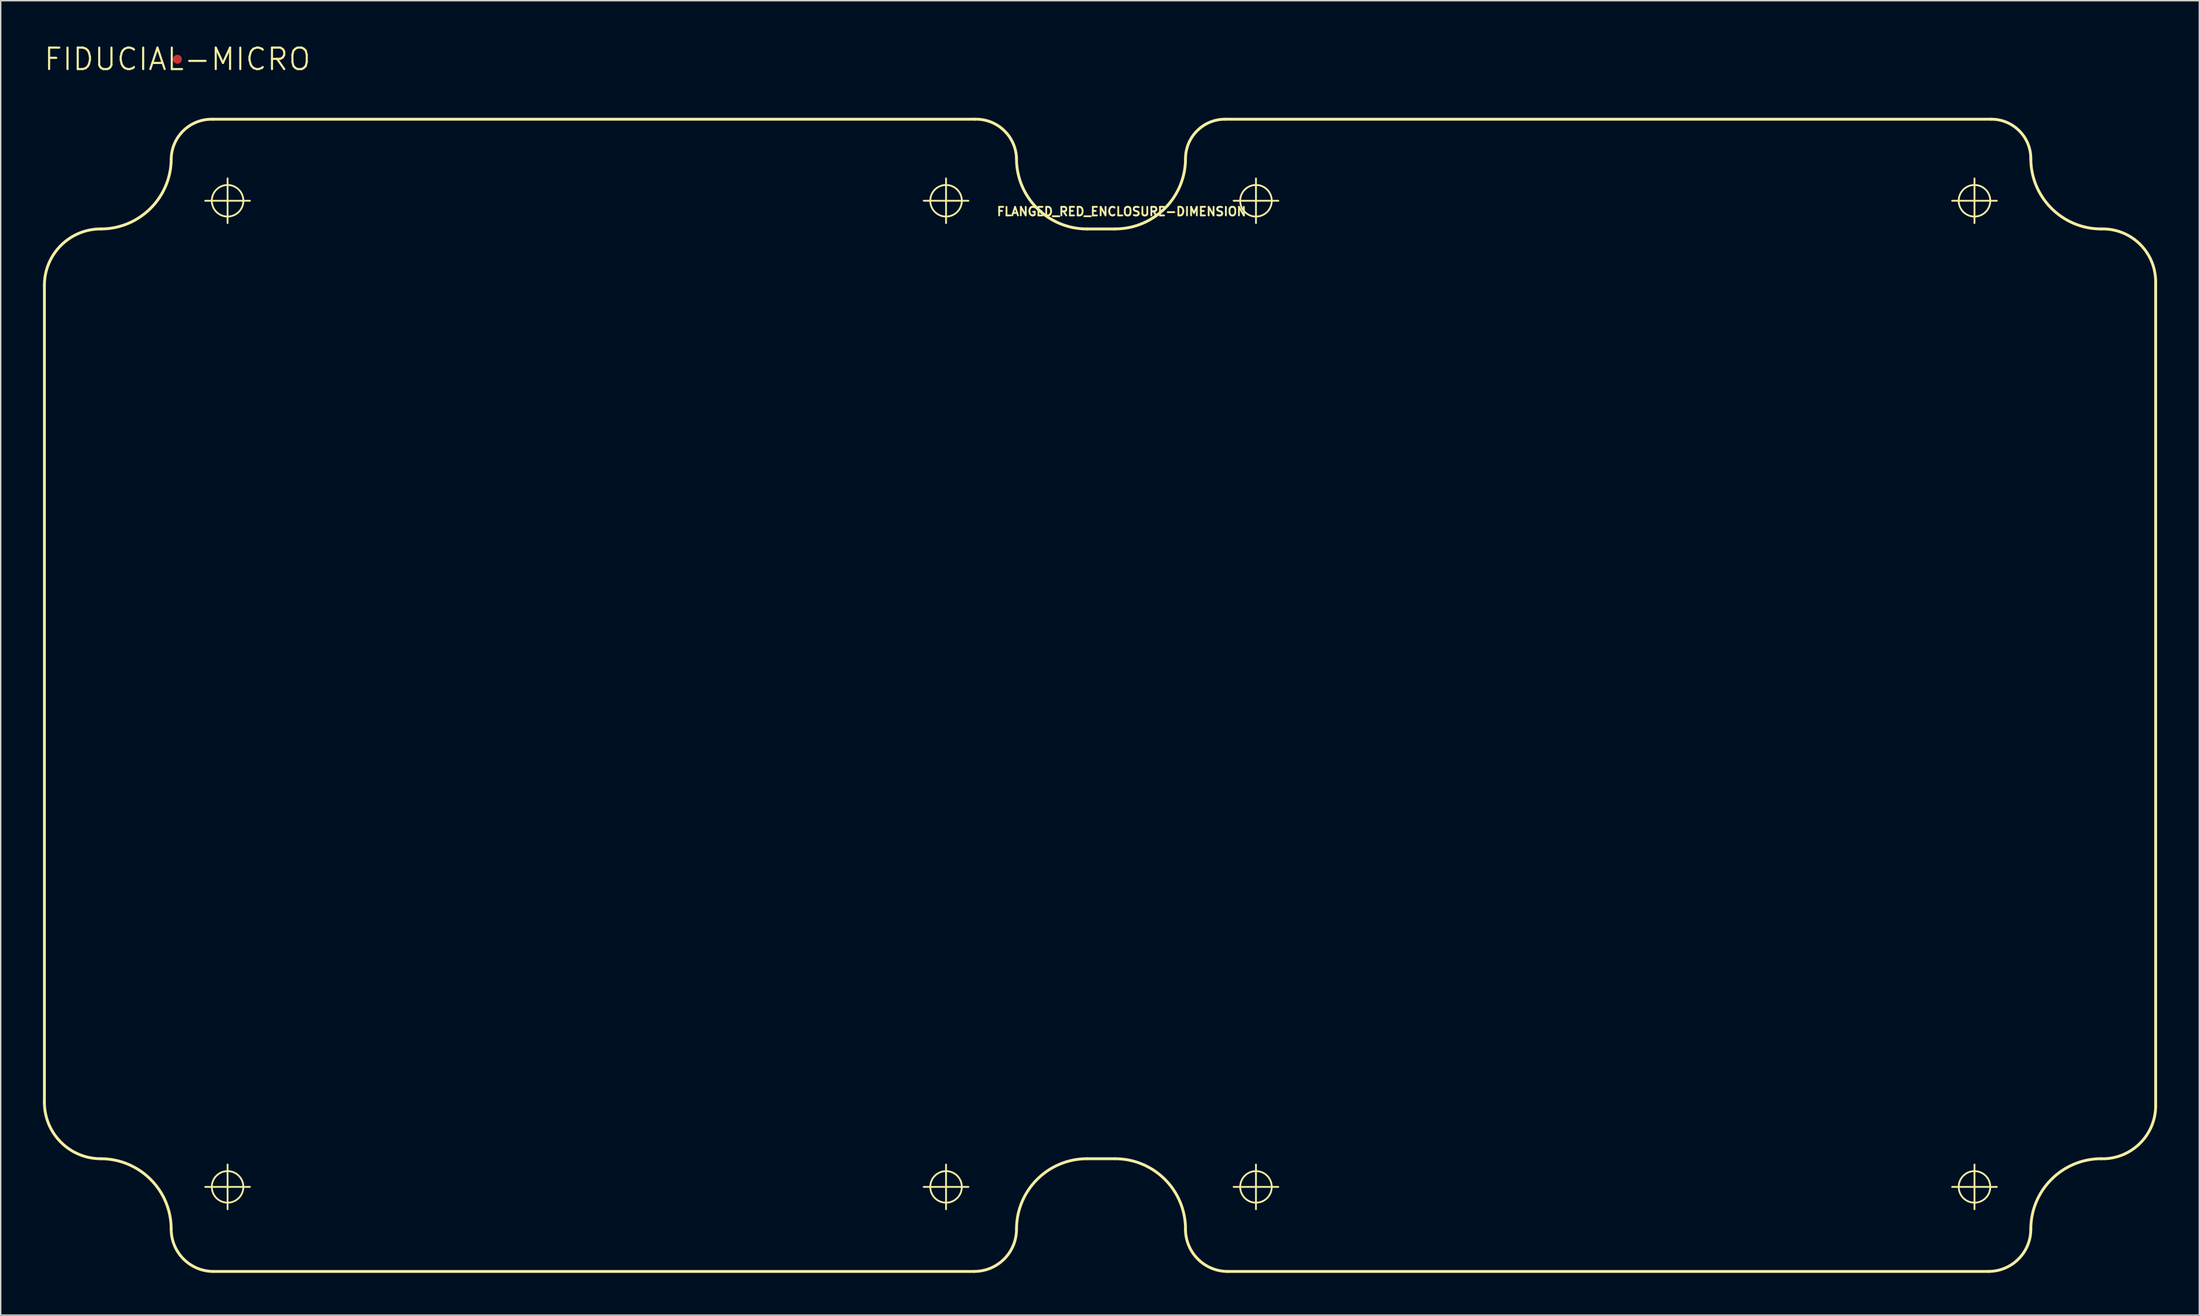
<source format=kicad_pcb>
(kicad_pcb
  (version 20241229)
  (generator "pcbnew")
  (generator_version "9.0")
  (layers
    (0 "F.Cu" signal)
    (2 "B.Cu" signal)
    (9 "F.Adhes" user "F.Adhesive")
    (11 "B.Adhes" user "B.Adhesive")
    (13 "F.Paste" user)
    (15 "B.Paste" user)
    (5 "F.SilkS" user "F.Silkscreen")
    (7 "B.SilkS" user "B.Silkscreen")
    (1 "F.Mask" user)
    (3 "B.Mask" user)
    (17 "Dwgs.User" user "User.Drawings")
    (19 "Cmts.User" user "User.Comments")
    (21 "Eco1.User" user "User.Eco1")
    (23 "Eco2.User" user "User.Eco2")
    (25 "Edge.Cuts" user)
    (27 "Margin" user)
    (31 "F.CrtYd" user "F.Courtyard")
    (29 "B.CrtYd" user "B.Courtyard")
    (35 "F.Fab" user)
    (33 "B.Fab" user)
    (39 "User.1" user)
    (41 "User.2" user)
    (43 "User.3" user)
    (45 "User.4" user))
  (footprint "FLANGED_RED_ENCLOSURE-DIMENSION"
    (layer "F.Cu")
    (at 75.032 45.29)
    (property "Reference" "FLANGED_RED_ENCLOSURE-DIMENSION" (at 1.524 -33.325 0) (layer "F.SilkS") (effects (font (size 0.61 0.61) (thickness 0.127))))
    (attr exclude_from_pos_files exclude_from_bom)
    (fp_line (start -74.93 -28.09) (end -74.93 29.909) (stroke (width 0.203) (type solid)) (layer "F.SilkS"))
    (fp_line (start -63.515 -34.089) (end -60.34 -34.089) (stroke (width 0.127) (type solid)) (layer "F.SilkS"))
    (fp_line (start -63.515 35.908) (end -60.34 35.908) (stroke (width 0.127) (type solid)) (layer "F.SilkS"))
    (fp_line (start -62.928 41.91) (end -8.928 41.91) (stroke (width 0.203) (type solid)) (layer "F.SilkS"))
    (fp_line (start -61.928 -32.502) (end -61.928 -35.677) (stroke (width 0.127) (type solid)) (layer "F.SilkS"))
    (fp_line (start -61.928 37.495) (end -61.928 34.32) (stroke (width 0.127) (type solid)) (layer "F.SilkS"))
    (fp_line (start -12.517 -34.089) (end -9.342 -34.089) (stroke (width 0.127) (type solid)) (layer "F.SilkS"))
    (fp_line (start -12.517 35.908) (end -9.342 35.908) (stroke (width 0.127) (type solid)) (layer "F.SilkS"))
    (fp_line (start -10.93 -32.502) (end -10.93 -35.677) (stroke (width 0.127) (type solid)) (layer "F.SilkS"))
    (fp_line (start -10.93 37.495) (end -10.93 34.32) (stroke (width 0.127) (type solid)) (layer "F.SilkS"))
    (fp_line (start -8.89 -39.878) (end -62.992 -39.878) (stroke (width 0.203) (type solid)) (layer "F.SilkS"))
    (fp_line (start -0.93 -32.088) (end 1.069 -32.088) (stroke (width 0.203) (type solid)) (layer "F.SilkS"))
    (fp_line (start -0.93 33.909) (end 1.069 33.909) (stroke (width 0.203) (type solid)) (layer "F.SilkS"))
    (fp_line (start 9.068 41.91) (end 63.068 41.91) (stroke (width 0.203) (type solid)) (layer "F.SilkS"))
    (fp_line (start 9.482 -34.089) (end 12.657 -34.089) (stroke (width 0.127) (type solid)) (layer "F.SilkS"))
    (fp_line (start 9.482 35.908) (end 12.657 35.908) (stroke (width 0.127) (type solid)) (layer "F.SilkS"))
    (fp_line (start 11.069 -32.502) (end 11.069 -35.677) (stroke (width 0.127) (type solid)) (layer "F.SilkS"))
    (fp_line (start 11.069 37.495) (end 11.069 34.32) (stroke (width 0.127) (type solid)) (layer "F.SilkS"))
    (fp_line (start 60.482 -34.089) (end 63.657 -34.089) (stroke (width 0.127) (type solid)) (layer "F.SilkS"))
    (fp_line (start 60.482 35.908) (end 63.657 35.908) (stroke (width 0.127) (type solid)) (layer "F.SilkS"))
    (fp_line (start 62.07 -32.502) (end 62.07 -35.677) (stroke (width 0.127) (type solid)) (layer "F.SilkS"))
    (fp_line (start 62.07 37.495) (end 62.07 34.32) (stroke (width 0.127) (type solid)) (layer "F.SilkS"))
    (fp_line (start 63.246 -39.878) (end 8.89 -39.878) (stroke (width 0.203) (type solid)) (layer "F.SilkS"))
    (fp_line (start 74.93 30.226) (end 74.93 -28.448) (stroke (width 0.203) (type solid)) (layer "F.SilkS"))
    (fp_arc (start -74.93 -28.08986) (mid -73.758281 -30.918641) (end -70.9295 -32.09036) (stroke (width 0.2032) (type solid)) (layer "F.SilkS"))
    (fp_arc (start -70.9295 33.909) (mid -73.758281 32.737281) (end -74.93 29.9085) (stroke (width 0.2032) (type solid)) (layer "F.SilkS"))
    (fp_arc (start -70.9295 33.909) (mid -67.394871 35.373091) (end -65.93078 38.90772) (stroke (width 0.2032) (type solid)) (layer "F.SilkS"))
    (fp_arc (start -65.92824 -37.08908) (mid -67.393075 -33.552655) (end -70.9295 -32.08782) (stroke (width 0.2032) (type solid)) (layer "F.SilkS"))
    (fp_arc (start -65.92824 -37.08908) (mid -65.035928 -39.090911) (end -62.98946 -39.87546) (stroke (width 0.2032) (type solid)) (layer "F.SilkS"))
    (fp_arc (start -62.9285 41.91) (mid -65.051433 41.030653) (end -65.93078 38.90772) (stroke (width 0.2032) (type solid)) (layer "F.SilkS"))
    (fp_arc (start -8.89 -39.878) (mid -6.831576 -39.096916) (end -5.92836 -37.08908) (stroke (width 0.2032) (type solid)) (layer "F.SilkS"))
    (fp_arc (start -5.92836 38.90772) (mid -6.806964 41.028856) (end -8.9281 41.90746) (stroke (width 0.2032) (type solid)) (layer "F.SilkS"))
    (fp_arc (start -5.92836 38.90772) (mid -4.464269 35.373091) (end -0.92964 33.909) (stroke (width 0.2032) (type solid)) (layer "F.SilkS"))
    (fp_arc (start -0.92964 -32.08782) (mid -4.466065 -33.552655) (end -5.9309 -37.08908) (stroke (width 0.2032) (type solid)) (layer "F.SilkS"))
    (fp_arc (start 1.06934 33.909) (mid 4.603969 35.373091) (end 6.06806 38.90772) (stroke (width 0.2032) (type solid)) (layer "F.SilkS"))
    (fp_arc (start 6.06806 -37.08908) (mid 4.603969 -33.554451) (end 1.06934 -32.09036) (stroke (width 0.2032) (type solid)) (layer "F.SilkS"))
    (fp_arc (start 6.06806 -37.08908) (mid 6.900156 -39.067457) (end 8.88746 -39.878) (stroke (width 0.2032) (type solid)) (layer "F.SilkS"))
    (fp_arc (start 9.0678 41.91) (mid 6.944867 41.030653) (end 6.06552 38.90772) (stroke (width 0.2032) (type solid)) (layer "F.SilkS"))
    (fp_arc (start 63.246 -39.878) (mid 65.235844 -39.068509) (end 66.07048 -37.08908) (stroke (width 0.2032) (type solid)) (layer "F.SilkS"))
    (fp_arc (start 66.06794 38.90772) (mid 65.189336 41.028856) (end 63.0682 41.90746) (stroke (width 0.2032) (type solid)) (layer "F.SilkS"))
    (fp_arc (start 66.06794 38.90772) (mid 67.532775 35.371295) (end 71.0692 33.90646) (stroke (width 0.2032) (type solid)) (layer "F.SilkS"))
    (fp_arc (start 71.0692 -32.08782) (mid 67.532775 -33.552655) (end 66.06794 -37.08908) (stroke (width 0.2032) (type solid)) (layer "F.SilkS"))
    (fp_arc (start 71.0692 -32.08782) (mid 73.752161 -31.066982) (end 74.92746 -28.448) (stroke (width 0.2032) (type solid)) (layer "F.SilkS"))
    (fp_arc (start 74.93 30.226) (mid 73.76163 32.868894) (end 71.06666 33.91154) (stroke (width 0.2032) (type solid)) (layer "F.SilkS"))
    (fp_circle (center -61.928 -34.089) (end -62.72 -34.882) (stroke (width 0.127) (type solid)) (fill no) (layer "F.SilkS"))
    (fp_circle (center -61.928 35.908) (end -62.72 36.7) (stroke (width 0.127) (type solid)) (fill no) (layer "F.SilkS"))
    (fp_circle (center -10.93 -34.089) (end -11.722 -34.882) (stroke (width 0.127) (type solid)) (fill no) (layer "F.SilkS"))
    (fp_circle (center -10.93 35.908) (end -11.722 36.7) (stroke (width 0.127) (type solid)) (fill no) (layer "F.SilkS"))
    (fp_circle (center 11.069 -34.089) (end 11.862 -34.882) (stroke (width 0.127) (type solid)) (fill no) (layer "F.SilkS"))
    (fp_circle (center 11.069 35.908) (end 11.862 36.7) (stroke (width 0.127) (type solid)) (fill no) (layer "F.SilkS"))
    (fp_circle (center 62.07 -34.089) (end 62.862 -34.882) (stroke (width 0.127) (type solid)) (fill no) (layer "F.SilkS"))
    (fp_circle (center 62.07 35.908) (end 62.862 36.7) (stroke (width 0.127) (type solid)) (fill no) (layer "F.SilkS")))
  (footprint "FIDUCIAL-MICRO"
    (layer "F.Cu")
    (at 9.543 1.155)
    (property "Reference" "FIDUCIAL-MICRO" (at 0 0 0) (layer "F.SilkS") (effects (font (size 1.524 1.524) (thickness 0.15))))
    (attr smd)
    (pad "1" smd circle (at 0 0) (size 0.635 0.635) (layers "F.Cu" "F.Mask" "F.Paste")))
  (gr_rect
    (start -3 -3)
    (end 153.063 90.302)
    (stroke (width 0.1) (type default))
    (fill no)
    (layer "Edge.Cuts")))
</source>
